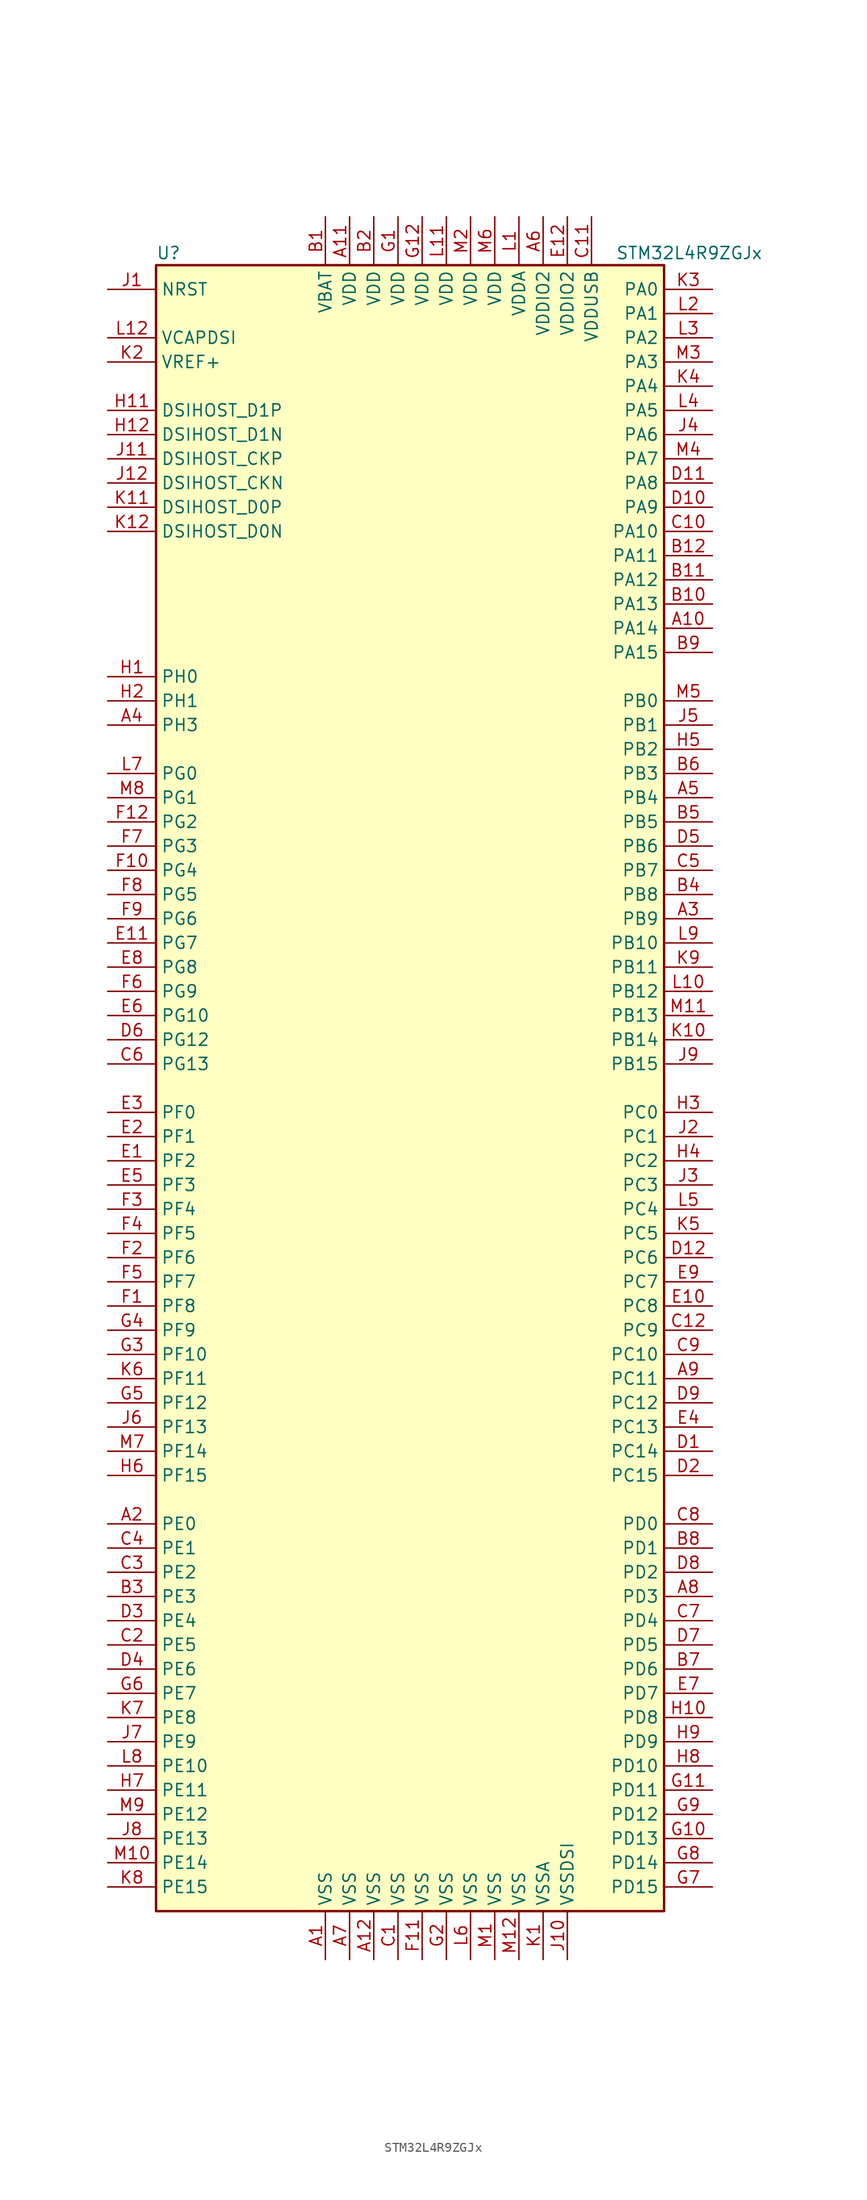
<source format=kicad_sym>
(kicad_symbol_lib
  (version 20201005)
  (generator kicad_symbol_editor)
  (symbol "STM32L4R9ZGJx"
    (property "Reference" "U"
      (at -27.94 87.63 0)
      (effects (font (size 1.27 1.27)) (justify left)))
    (property "Value" "STM32L4R9ZGJx"
      (at 20.32 87.63 0)
      (effects (font (size 1.27 1.27)) (justify left)))
    (symbol "STM32L4R9ZGJx_0_1"
      (rectangle (start -27.94 -86.36) (end 25.4 86.36) (stroke (width 0.254)) (fill (type background))))
    (symbol "STM32L4R9ZGJx_1_1"
      (pin power_in line (at -10.16 -91.44 90) (length 5.08) (name "VSS" (effects (font (size 1.27 1.27)))) (number "A1" (effects (font (size 1.27 1.27)))))
      (pin bidirectional line (at 30.48 48.26 180) (length 5.08) (name "PA14" (effects (font (size 1.27 1.27)))) (number "A10" (effects (font (size 1.27 1.27)))))
      (pin power_in line (at -7.62 91.44 270) (length 5.08) (name "VDD" (effects (font (size 1.27 1.27)))) (number "A11" (effects (font (size 1.27 1.27)))))
      (pin power_in line (at -5.08 -91.44 90) (length 5.08) (name "VSS" (effects (font (size 1.27 1.27)))) (number "A12" (effects (font (size 1.27 1.27)))))
      (pin bidirectional line (at -33.02 -45.72 0) (length 5.08) (name "PE0" (effects (font (size 1.27 1.27)))) (number "A2" (effects (font (size 1.27 1.27)))))
      (pin bidirectional line (at 30.48 17.78 180) (length 5.08) (name "PB9" (effects (font (size 1.27 1.27)))) (number "A3" (effects (font (size 1.27 1.27)))))
      (pin bidirectional line (at -33.02 38.1 0) (length 5.08) (name "PH3" (effects (font (size 1.27 1.27)))) (number "A4" (effects (font (size 1.27 1.27)))))
      (pin bidirectional line (at 30.48 30.48 180) (length 5.08) (name "PB4" (effects (font (size 1.27 1.27)))) (number "A5" (effects (font (size 1.27 1.27)))))
      (pin power_in line (at 12.7 91.44 270) (length 5.08) (name "VDDIO2" (effects (font (size 1.27 1.27)))) (number "A6" (effects (font (size 1.27 1.27)))))
      (pin power_in line (at -7.62 -91.44 90) (length 5.08) (name "VSS" (effects (font (size 1.27 1.27)))) (number "A7" (effects (font (size 1.27 1.27)))))
      (pin bidirectional line (at 30.48 -53.34 180) (length 5.08) (name "PD3" (effects (font (size 1.27 1.27)))) (number "A8" (effects (font (size 1.27 1.27)))))
      (pin bidirectional line (at 30.48 -30.48 180) (length 5.08) (name "PC11" (effects (font (size 1.27 1.27)))) (number "A9" (effects (font (size 1.27 1.27)))))
      (pin power_in line (at -10.16 91.44 270) (length 5.08) (name "VBAT" (effects (font (size 1.27 1.27)))) (number "B1" (effects (font (size 1.27 1.27)))))
      (pin bidirectional line (at 30.48 50.8 180) (length 5.08) (name "PA13" (effects (font (size 1.27 1.27)))) (number "B10" (effects (font (size 1.27 1.27)))))
      (pin bidirectional line (at 30.48 53.34 180) (length 5.08) (name "PA12" (effects (font (size 1.27 1.27)))) (number "B11" (effects (font (size 1.27 1.27)))))
      (pin bidirectional line (at 30.48 55.88 180) (length 5.08) (name "PA11" (effects (font (size 1.27 1.27)))) (number "B12" (effects (font (size 1.27 1.27)))))
      (pin power_in line (at -5.08 91.44 270) (length 5.08) (name "VDD" (effects (font (size 1.27 1.27)))) (number "B2" (effects (font (size 1.27 1.27)))))
      (pin bidirectional line (at -33.02 -53.34 0) (length 5.08) (name "PE3" (effects (font (size 1.27 1.27)))) (number "B3" (effects (font (size 1.27 1.27)))))
      (pin bidirectional line (at 30.48 20.32 180) (length 5.08) (name "PB8" (effects (font (size 1.27 1.27)))) (number "B4" (effects (font (size 1.27 1.27)))))
      (pin bidirectional line (at 30.48 27.94 180) (length 5.08) (name "PB5" (effects (font (size 1.27 1.27)))) (number "B5" (effects (font (size 1.27 1.27)))))
      (pin bidirectional line (at 30.48 33.02 180) (length 5.08) (name "PB3" (effects (font (size 1.27 1.27)))) (number "B6" (effects (font (size 1.27 1.27)))))
      (pin bidirectional line (at 30.48 -60.96 180) (length 5.08) (name "PD6" (effects (font (size 1.27 1.27)))) (number "B7" (effects (font (size 1.27 1.27)))))
      (pin bidirectional line (at 30.48 -48.26 180) (length 5.08) (name "PD1" (effects (font (size 1.27 1.27)))) (number "B8" (effects (font (size 1.27 1.27)))))
      (pin bidirectional line (at 30.48 45.72 180) (length 5.08) (name "PA15" (effects (font (size 1.27 1.27)))) (number "B9" (effects (font (size 1.27 1.27)))))
      (pin power_in line (at -2.54 -91.44 90) (length 5.08) (name "VSS" (effects (font (size 1.27 1.27)))) (number "C1" (effects (font (size 1.27 1.27)))))
      (pin bidirectional line (at 30.48 58.42 180) (length 5.08) (name "PA10" (effects (font (size 1.27 1.27)))) (number "C10" (effects (font (size 1.27 1.27)))))
      (pin power_in line (at 17.78 91.44 270) (length 5.08) (name "VDDUSB" (effects (font (size 1.27 1.27)))) (number "C11" (effects (font (size 1.27 1.27)))))
      (pin bidirectional line (at 30.48 -25.4 180) (length 5.08) (name "PC9" (effects (font (size 1.27 1.27)))) (number "C12" (effects (font (size 1.27 1.27)))))
      (pin bidirectional line (at -33.02 -58.42 0) (length 5.08) (name "PE5" (effects (font (size 1.27 1.27)))) (number "C2" (effects (font (size 1.27 1.27)))))
      (pin bidirectional line (at -33.02 -50.8 0) (length 5.08) (name "PE2" (effects (font (size 1.27 1.27)))) (number "C3" (effects (font (size 1.27 1.27)))))
      (pin bidirectional line (at -33.02 -48.26 0) (length 5.08) (name "PE1" (effects (font (size 1.27 1.27)))) (number "C4" (effects (font (size 1.27 1.27)))))
      (pin bidirectional line (at 30.48 22.86 180) (length 5.08) (name "PB7" (effects (font (size 1.27 1.27)))) (number "C5" (effects (font (size 1.27 1.27)))))
      (pin bidirectional line (at -33.02 2.54 0) (length 5.08) (name "PG13" (effects (font (size 1.27 1.27)))) (number "C6" (effects (font (size 1.27 1.27)))))
      (pin bidirectional line (at 30.48 -55.88 180) (length 5.08) (name "PD4" (effects (font (size 1.27 1.27)))) (number "C7" (effects (font (size 1.27 1.27)))))
      (pin bidirectional line (at 30.48 -45.72 180) (length 5.08) (name "PD0" (effects (font (size 1.27 1.27)))) (number "C8" (effects (font (size 1.27 1.27)))))
      (pin bidirectional line (at 30.48 -27.94 180) (length 5.08) (name "PC10" (effects (font (size 1.27 1.27)))) (number "C9" (effects (font (size 1.27 1.27)))))
      (pin bidirectional line (at 30.48 -38.1 180) (length 5.08) (name "PC14" (effects (font (size 1.27 1.27)))) (number "D1" (effects (font (size 1.27 1.27)))))
      (pin bidirectional line (at 30.48 60.96 180) (length 5.08) (name "PA9" (effects (font (size 1.27 1.27)))) (number "D10" (effects (font (size 1.27 1.27)))))
      (pin bidirectional line (at 30.48 63.5 180) (length 5.08) (name "PA8" (effects (font (size 1.27 1.27)))) (number "D11" (effects (font (size 1.27 1.27)))))
      (pin bidirectional line (at 30.48 -17.78 180) (length 5.08) (name "PC6" (effects (font (size 1.27 1.27)))) (number "D12" (effects (font (size 1.27 1.27)))))
      (pin bidirectional line (at 30.48 -40.64 180) (length 5.08) (name "PC15" (effects (font (size 1.27 1.27)))) (number "D2" (effects (font (size 1.27 1.27)))))
      (pin bidirectional line (at -33.02 -55.88 0) (length 5.08) (name "PE4" (effects (font (size 1.27 1.27)))) (number "D3" (effects (font (size 1.27 1.27)))))
      (pin bidirectional line (at -33.02 -60.96 0) (length 5.08) (name "PE6" (effects (font (size 1.27 1.27)))) (number "D4" (effects (font (size 1.27 1.27)))))
      (pin bidirectional line (at 30.48 25.4 180) (length 5.08) (name "PB6" (effects (font (size 1.27 1.27)))) (number "D5" (effects (font (size 1.27 1.27)))))
      (pin bidirectional line (at -33.02 5.08 0) (length 5.08) (name "PG12" (effects (font (size 1.27 1.27)))) (number "D6" (effects (font (size 1.27 1.27)))))
      (pin bidirectional line (at 30.48 -58.42 180) (length 5.08) (name "PD5" (effects (font (size 1.27 1.27)))) (number "D7" (effects (font (size 1.27 1.27)))))
      (pin bidirectional line (at 30.48 -50.8 180) (length 5.08) (name "PD2" (effects (font (size 1.27 1.27)))) (number "D8" (effects (font (size 1.27 1.27)))))
      (pin bidirectional line (at 30.48 -33.02 180) (length 5.08) (name "PC12" (effects (font (size 1.27 1.27)))) (number "D9" (effects (font (size 1.27 1.27)))))
      (pin bidirectional line (at -33.02 -7.62 0) (length 5.08) (name "PF2" (effects (font (size 1.27 1.27)))) (number "E1" (effects (font (size 1.27 1.27)))))
      (pin bidirectional line (at 30.48 -22.86 180) (length 5.08) (name "PC8" (effects (font (size 1.27 1.27)))) (number "E10" (effects (font (size 1.27 1.27)))))
      (pin bidirectional line (at -33.02 15.24 0) (length 5.08) (name "PG7" (effects (font (size 1.27 1.27)))) (number "E11" (effects (font (size 1.27 1.27)))))
      (pin power_in line (at 15.24 91.44 270) (length 5.08) (name "VDDIO2" (effects (font (size 1.27 1.27)))) (number "E12" (effects (font (size 1.27 1.27)))))
      (pin bidirectional line (at -33.02 -5.08 0) (length 5.08) (name "PF1" (effects (font (size 1.27 1.27)))) (number "E2" (effects (font (size 1.27 1.27)))))
      (pin bidirectional line (at -33.02 -2.54 0) (length 5.08) (name "PF0" (effects (font (size 1.27 1.27)))) (number "E3" (effects (font (size 1.27 1.27)))))
      (pin bidirectional line (at 30.48 -35.56 180) (length 5.08) (name "PC13" (effects (font (size 1.27 1.27)))) (number "E4" (effects (font (size 1.27 1.27)))))
      (pin bidirectional line (at -33.02 -10.16 0) (length 5.08) (name "PF3" (effects (font (size 1.27 1.27)))) (number "E5" (effects (font (size 1.27 1.27)))))
      (pin bidirectional line (at -33.02 7.62 0) (length 5.08) (name "PG10" (effects (font (size 1.27 1.27)))) (number "E6" (effects (font (size 1.27 1.27)))))
      (pin bidirectional line (at 30.48 -63.5 180) (length 5.08) (name "PD7" (effects (font (size 1.27 1.27)))) (number "E7" (effects (font (size 1.27 1.27)))))
      (pin bidirectional line (at -33.02 12.7 0) (length 5.08) (name "PG8" (effects (font (size 1.27 1.27)))) (number "E8" (effects (font (size 1.27 1.27)))))
      (pin bidirectional line (at 30.48 -20.32 180) (length 5.08) (name "PC7" (effects (font (size 1.27 1.27)))) (number "E9" (effects (font (size 1.27 1.27)))))
      (pin bidirectional line (at -33.02 -22.86 0) (length 5.08) (name "PF8" (effects (font (size 1.27 1.27)))) (number "F1" (effects (font (size 1.27 1.27)))))
      (pin bidirectional line (at -33.02 22.86 0) (length 5.08) (name "PG4" (effects (font (size 1.27 1.27)))) (number "F10" (effects (font (size 1.27 1.27)))))
      (pin power_in line (at 0 -91.44 90) (length 5.08) (name "VSS" (effects (font (size 1.27 1.27)))) (number "F11" (effects (font (size 1.27 1.27)))))
      (pin bidirectional line (at -33.02 27.94 0) (length 5.08) (name "PG2" (effects (font (size 1.27 1.27)))) (number "F12" (effects (font (size 1.27 1.27)))))
      (pin bidirectional line (at -33.02 -17.78 0) (length 5.08) (name "PF6" (effects (font (size 1.27 1.27)))) (number "F2" (effects (font (size 1.27 1.27)))))
      (pin bidirectional line (at -33.02 -12.7 0) (length 5.08) (name "PF4" (effects (font (size 1.27 1.27)))) (number "F3" (effects (font (size 1.27 1.27)))))
      (pin bidirectional line (at -33.02 -15.24 0) (length 5.08) (name "PF5" (effects (font (size 1.27 1.27)))) (number "F4" (effects (font (size 1.27 1.27)))))
      (pin bidirectional line (at -33.02 -20.32 0) (length 5.08) (name "PF7" (effects (font (size 1.27 1.27)))) (number "F5" (effects (font (size 1.27 1.27)))))
      (pin bidirectional line (at -33.02 10.16 0) (length 5.08) (name "PG9" (effects (font (size 1.27 1.27)))) (number "F6" (effects (font (size 1.27 1.27)))))
      (pin bidirectional line (at -33.02 25.4 0) (length 5.08) (name "PG3" (effects (font (size 1.27 1.27)))) (number "F7" (effects (font (size 1.27 1.27)))))
      (pin bidirectional line (at -33.02 20.32 0) (length 5.08) (name "PG5" (effects (font (size 1.27 1.27)))) (number "F8" (effects (font (size 1.27 1.27)))))
      (pin bidirectional line (at -33.02 17.78 0) (length 5.08) (name "PG6" (effects (font (size 1.27 1.27)))) (number "F9" (effects (font (size 1.27 1.27)))))
      (pin power_in line (at -2.54 91.44 270) (length 5.08) (name "VDD" (effects (font (size 1.27 1.27)))) (number "G1" (effects (font (size 1.27 1.27)))))
      (pin bidirectional line (at 30.48 -78.74 180) (length 5.08) (name "PD13" (effects (font (size 1.27 1.27)))) (number "G10" (effects (font (size 1.27 1.27)))))
      (pin bidirectional line (at 30.48 -73.66 180) (length 5.08) (name "PD11" (effects (font (size 1.27 1.27)))) (number "G11" (effects (font (size 1.27 1.27)))))
      (pin power_in line (at 0 91.44 270) (length 5.08) (name "VDD" (effects (font (size 1.27 1.27)))) (number "G12" (effects (font (size 1.27 1.27)))))
      (pin power_in line (at 2.54 -91.44 90) (length 5.08) (name "VSS" (effects (font (size 1.27 1.27)))) (number "G2" (effects (font (size 1.27 1.27)))))
      (pin bidirectional line (at -33.02 -27.94 0) (length 5.08) (name "PF10" (effects (font (size 1.27 1.27)))) (number "G3" (effects (font (size 1.27 1.27)))))
      (pin bidirectional line (at -33.02 -25.4 0) (length 5.08) (name "PF9" (effects (font (size 1.27 1.27)))) (number "G4" (effects (font (size 1.27 1.27)))))
      (pin bidirectional line (at -33.02 -33.02 0) (length 5.08) (name "PF12" (effects (font (size 1.27 1.27)))) (number "G5" (effects (font (size 1.27 1.27)))))
      (pin bidirectional line (at -33.02 -63.5 0) (length 5.08) (name "PE7" (effects (font (size 1.27 1.27)))) (number "G6" (effects (font (size 1.27 1.27)))))
      (pin bidirectional line (at 30.48 -83.82 180) (length 5.08) (name "PD15" (effects (font (size 1.27 1.27)))) (number "G7" (effects (font (size 1.27 1.27)))))
      (pin bidirectional line (at 30.48 -81.28 180) (length 5.08) (name "PD14" (effects (font (size 1.27 1.27)))) (number "G8" (effects (font (size 1.27 1.27)))))
      (pin bidirectional line (at 30.48 -76.2 180) (length 5.08) (name "PD12" (effects (font (size 1.27 1.27)))) (number "G9" (effects (font (size 1.27 1.27)))))
      (pin input line (at -33.02 43.18 0) (length 5.08) (name "PH0" (effects (font (size 1.27 1.27)))) (number "H1" (effects (font (size 1.27 1.27)))))
      (pin bidirectional line (at 30.48 -66.04 180) (length 5.08) (name "PD8" (effects (font (size 1.27 1.27)))) (number "H10" (effects (font (size 1.27 1.27)))))
      (pin bidirectional line (at -33.02 71.12 0) (length 5.08) (name "DSIHOST_D1P" (effects (font (size 1.27 1.27)))) (number "H11" (effects (font (size 1.27 1.27)))))
      (pin bidirectional line (at -33.02 68.58 0) (length 5.08) (name "DSIHOST_D1N" (effects (font (size 1.27 1.27)))) (number "H12" (effects (font (size 1.27 1.27)))))
      (pin input line (at -33.02 40.64 0) (length 5.08) (name "PH1" (effects (font (size 1.27 1.27)))) (number "H2" (effects (font (size 1.27 1.27)))))
      (pin bidirectional line (at 30.48 -2.54 180) (length 5.08) (name "PC0" (effects (font (size 1.27 1.27)))) (number "H3" (effects (font (size 1.27 1.27)))))
      (pin bidirectional line (at 30.48 -7.62 180) (length 5.08) (name "PC2" (effects (font (size 1.27 1.27)))) (number "H4" (effects (font (size 1.27 1.27)))))
      (pin bidirectional line (at 30.48 35.56 180) (length 5.08) (name "PB2" (effects (font (size 1.27 1.27)))) (number "H5" (effects (font (size 1.27 1.27)))))
      (pin bidirectional line (at -33.02 -40.64 0) (length 5.08) (name "PF15" (effects (font (size 1.27 1.27)))) (number "H6" (effects (font (size 1.27 1.27)))))
      (pin bidirectional line (at -33.02 -73.66 0) (length 5.08) (name "PE11" (effects (font (size 1.27 1.27)))) (number "H7" (effects (font (size 1.27 1.27)))))
      (pin bidirectional line (at 30.48 -71.12 180) (length 5.08) (name "PD10" (effects (font (size 1.27 1.27)))) (number "H8" (effects (font (size 1.27 1.27)))))
      (pin bidirectional line (at 30.48 -68.58 180) (length 5.08) (name "PD9" (effects (font (size 1.27 1.27)))) (number "H9" (effects (font (size 1.27 1.27)))))
      (pin input line (at -33.02 83.82 0) (length 5.08) (name "NRST" (effects (font (size 1.27 1.27)))) (number "J1" (effects (font (size 1.27 1.27)))))
      (pin power_in line (at 15.24 -91.44 90) (length 5.08) (name "VSSDSI" (effects (font (size 1.27 1.27)))) (number "J10" (effects (font (size 1.27 1.27)))))
      (pin bidirectional line (at -33.02 66.04 0) (length 5.08) (name "DSIHOST_CKP" (effects (font (size 1.27 1.27)))) (number "J11" (effects (font (size 1.27 1.27)))))
      (pin bidirectional line (at -33.02 63.5 0) (length 5.08) (name "DSIHOST_CKN" (effects (font (size 1.27 1.27)))) (number "J12" (effects (font (size 1.27 1.27)))))
      (pin bidirectional line (at 30.48 -5.08 180) (length 5.08) (name "PC1" (effects (font (size 1.27 1.27)))) (number "J2" (effects (font (size 1.27 1.27)))))
      (pin bidirectional line (at 30.48 -10.16 180) (length 5.08) (name "PC3" (effects (font (size 1.27 1.27)))) (number "J3" (effects (font (size 1.27 1.27)))))
      (pin bidirectional line (at 30.48 68.58 180) (length 5.08) (name "PA6" (effects (font (size 1.27 1.27)))) (number "J4" (effects (font (size 1.27 1.27)))))
      (pin bidirectional line (at 30.48 38.1 180) (length 5.08) (name "PB1" (effects (font (size 1.27 1.27)))) (number "J5" (effects (font (size 1.27 1.27)))))
      (pin bidirectional line (at -33.02 -35.56 0) (length 5.08) (name "PF13" (effects (font (size 1.27 1.27)))) (number "J6" (effects (font (size 1.27 1.27)))))
      (pin bidirectional line (at -33.02 -68.58 0) (length 5.08) (name "PE9" (effects (font (size 1.27 1.27)))) (number "J7" (effects (font (size 1.27 1.27)))))
      (pin bidirectional line (at -33.02 -78.74 0) (length 5.08) (name "PE13" (effects (font (size 1.27 1.27)))) (number "J8" (effects (font (size 1.27 1.27)))))
      (pin bidirectional line (at 30.48 2.54 180) (length 5.08) (name "PB15" (effects (font (size 1.27 1.27)))) (number "J9" (effects (font (size 1.27 1.27)))))
      (pin power_in line (at 12.7 -91.44 90) (length 5.08) (name "VSSA" (effects (font (size 1.27 1.27)))) (number "K1" (effects (font (size 1.27 1.27)))))
      (pin bidirectional line (at 30.48 5.08 180) (length 5.08) (name "PB14" (effects (font (size 1.27 1.27)))) (number "K10" (effects (font (size 1.27 1.27)))))
      (pin bidirectional line (at -33.02 60.96 0) (length 5.08) (name "DSIHOST_D0P" (effects (font (size 1.27 1.27)))) (number "K11" (effects (font (size 1.27 1.27)))))
      (pin bidirectional line (at -33.02 58.42 0) (length 5.08) (name "DSIHOST_D0N" (effects (font (size 1.27 1.27)))) (number "K12" (effects (font (size 1.27 1.27)))))
      (pin bidirectional line (at -33.02 76.2 0) (length 5.08) (name "VREF+" (effects (font (size 1.27 1.27)))) (number "K2" (effects (font (size 1.27 1.27)))))
      (pin bidirectional line (at 30.48 83.82 180) (length 5.08) (name "PA0" (effects (font (size 1.27 1.27)))) (number "K3" (effects (font (size 1.27 1.27)))))
      (pin bidirectional line (at 30.48 73.66 180) (length 5.08) (name "PA4" (effects (font (size 1.27 1.27)))) (number "K4" (effects (font (size 1.27 1.27)))))
      (pin bidirectional line (at 30.48 -15.24 180) (length 5.08) (name "PC5" (effects (font (size 1.27 1.27)))) (number "K5" (effects (font (size 1.27 1.27)))))
      (pin bidirectional line (at -33.02 -30.48 0) (length 5.08) (name "PF11" (effects (font (size 1.27 1.27)))) (number "K6" (effects (font (size 1.27 1.27)))))
      (pin bidirectional line (at -33.02 -66.04 0) (length 5.08) (name "PE8" (effects (font (size 1.27 1.27)))) (number "K7" (effects (font (size 1.27 1.27)))))
      (pin bidirectional line (at -33.02 -83.82 0) (length 5.08) (name "PE15" (effects (font (size 1.27 1.27)))) (number "K8" (effects (font (size 1.27 1.27)))))
      (pin bidirectional line (at 30.48 12.7 180) (length 5.08) (name "PB11" (effects (font (size 1.27 1.27)))) (number "K9" (effects (font (size 1.27 1.27)))))
      (pin power_in line (at 10.16 91.44 270) (length 5.08) (name "VDDA" (effects (font (size 1.27 1.27)))) (number "L1" (effects (font (size 1.27 1.27)))))
      (pin bidirectional line (at 30.48 10.16 180) (length 5.08) (name "PB12" (effects (font (size 1.27 1.27)))) (number "L10" (effects (font (size 1.27 1.27)))))
      (pin power_in line (at 2.54 91.44 270) (length 5.08) (name "VDD" (effects (font (size 1.27 1.27)))) (number "L11" (effects (font (size 1.27 1.27)))))
      (pin power_in line (at -33.02 78.74 0) (length 5.08) (name "VCAPDSI" (effects (font (size 1.27 1.27)))) (number "L12" (effects (font (size 1.27 1.27)))))
      (pin bidirectional line (at 30.48 81.28 180) (length 5.08) (name "PA1" (effects (font (size 1.27 1.27)))) (number "L2" (effects (font (size 1.27 1.27)))))
      (pin bidirectional line (at 30.48 78.74 180) (length 5.08) (name "PA2" (effects (font (size 1.27 1.27)))) (number "L3" (effects (font (size 1.27 1.27)))))
      (pin bidirectional line (at 30.48 71.12 180) (length 5.08) (name "PA5" (effects (font (size 1.27 1.27)))) (number "L4" (effects (font (size 1.27 1.27)))))
      (pin bidirectional line (at 30.48 -12.7 180) (length 5.08) (name "PC4" (effects (font (size 1.27 1.27)))) (number "L5" (effects (font (size 1.27 1.27)))))
      (pin power_in line (at 5.08 -91.44 90) (length 5.08) (name "VSS" (effects (font (size 1.27 1.27)))) (number "L6" (effects (font (size 1.27 1.27)))))
      (pin bidirectional line (at -33.02 33.02 0) (length 5.08) (name "PG0" (effects (font (size 1.27 1.27)))) (number "L7" (effects (font (size 1.27 1.27)))))
      (pin bidirectional line (at -33.02 -71.12 0) (length 5.08) (name "PE10" (effects (font (size 1.27 1.27)))) (number "L8" (effects (font (size 1.27 1.27)))))
      (pin bidirectional line (at 30.48 15.24 180) (length 5.08) (name "PB10" (effects (font (size 1.27 1.27)))) (number "L9" (effects (font (size 1.27 1.27)))))
      (pin power_in line (at 7.62 -91.44 90) (length 5.08) (name "VSS" (effects (font (size 1.27 1.27)))) (number "M1" (effects (font (size 1.27 1.27)))))
      (pin bidirectional line (at -33.02 -81.28 0) (length 5.08) (name "PE14" (effects (font (size 1.27 1.27)))) (number "M10" (effects (font (size 1.27 1.27)))))
      (pin bidirectional line (at 30.48 7.62 180) (length 5.08) (name "PB13" (effects (font (size 1.27 1.27)))) (number "M11" (effects (font (size 1.27 1.27)))))
      (pin power_in line (at 10.16 -91.44 90) (length 5.08) (name "VSS" (effects (font (size 1.27 1.27)))) (number "M12" (effects (font (size 1.27 1.27)))))
      (pin power_in line (at 5.08 91.44 270) (length 5.08) (name "VDD" (effects (font (size 1.27 1.27)))) (number "M2" (effects (font (size 1.27 1.27)))))
      (pin bidirectional line (at 30.48 76.2 180) (length 5.08) (name "PA3" (effects (font (size 1.27 1.27)))) (number "M3" (effects (font (size 1.27 1.27)))))
      (pin bidirectional line (at 30.48 66.04 180) (length 5.08) (name "PA7" (effects (font (size 1.27 1.27)))) (number "M4" (effects (font (size 1.27 1.27)))))
      (pin bidirectional line (at 30.48 40.64 180) (length 5.08) (name "PB0" (effects (font (size 1.27 1.27)))) (number "M5" (effects (font (size 1.27 1.27)))))
      (pin power_in line (at 7.62 91.44 270) (length 5.08) (name "VDD" (effects (font (size 1.27 1.27)))) (number "M6" (effects (font (size 1.27 1.27)))))
      (pin bidirectional line (at -33.02 -38.1 0) (length 5.08) (name "PF14" (effects (font (size 1.27 1.27)))) (number "M7" (effects (font (size 1.27 1.27)))))
      (pin bidirectional line (at -33.02 30.48 0) (length 5.08) (name "PG1" (effects (font (size 1.27 1.27)))) (number "M8" (effects (font (size 1.27 1.27)))))
      (pin bidirectional line (at -33.02 -76.2 0) (length 5.08) (name "PE12" (effects (font (size 1.27 1.27)))) (number "M9" (effects (font (size 1.27 1.27))))))))
</source>
